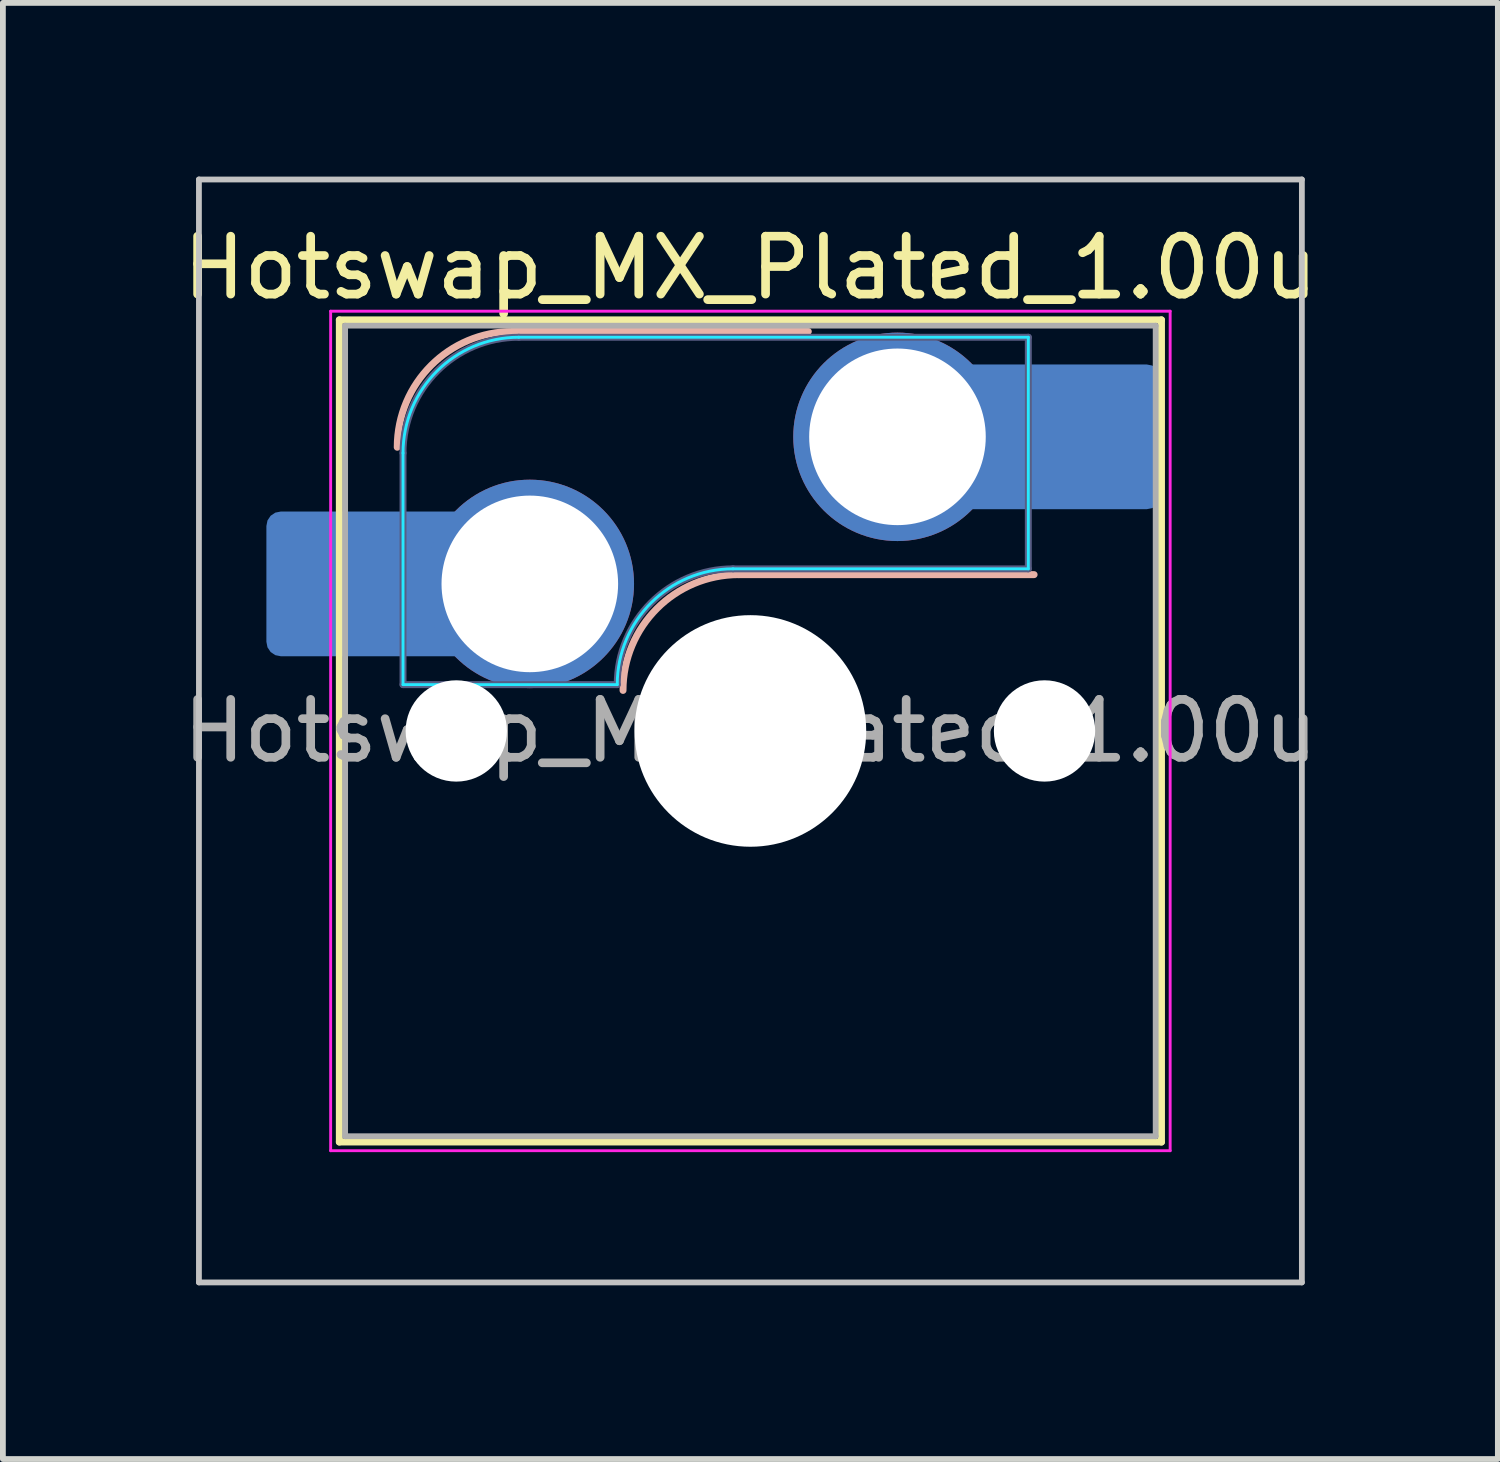
<source format=kicad_pcb>
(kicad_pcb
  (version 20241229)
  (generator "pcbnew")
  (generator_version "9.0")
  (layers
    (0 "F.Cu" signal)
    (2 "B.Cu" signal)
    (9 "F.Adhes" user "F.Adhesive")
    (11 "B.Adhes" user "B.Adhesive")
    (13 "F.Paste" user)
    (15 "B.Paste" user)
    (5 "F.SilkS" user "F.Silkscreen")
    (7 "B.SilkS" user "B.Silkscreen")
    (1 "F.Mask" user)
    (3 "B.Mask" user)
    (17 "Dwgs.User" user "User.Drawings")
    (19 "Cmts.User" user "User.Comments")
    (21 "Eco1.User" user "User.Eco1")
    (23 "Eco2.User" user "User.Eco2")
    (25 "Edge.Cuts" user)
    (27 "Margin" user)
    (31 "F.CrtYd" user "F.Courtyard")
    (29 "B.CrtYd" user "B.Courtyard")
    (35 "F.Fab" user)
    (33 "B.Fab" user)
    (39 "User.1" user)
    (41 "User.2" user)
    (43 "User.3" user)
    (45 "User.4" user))
  (footprint "Hotswap_MX_Plated_1.00u"
    (layer "F.Cu")
    (at 9.911 9.575)
    (property "Reference" "Hotswap_MX_Plated_1.00u" (at 0 -8 0) (layer "F.SilkS") (effects (font (size 1 1) (thickness 0.15))))
    (attr smd allow_soldermask_bridges)
    (fp_line (start -7.1 -7.1) (end -7.1 7.1) (stroke (width 0.12) (type solid)) (layer "F.SilkS"))
    (fp_line (start -7.1 7.1) (end 7.1 7.1) (stroke (width 0.12) (type solid)) (layer "F.SilkS"))
    (fp_line (start 7.1 -7.1) (end -7.1 -7.1) (stroke (width 0.12) (type solid)) (layer "F.SilkS"))
    (fp_line (start 7.1 7.1) (end 7.1 -7.1) (stroke (width 0.12) (type solid)) (layer "F.SilkS"))
    (fp_line (start -4.1 -6.9) (end 1 -6.9) (stroke (width 0.12) (type solid)) (layer "B.SilkS"))
    (fp_line (start -0.2 -2.7) (end 4.9 -2.7) (stroke (width 0.12) (type solid)) (layer "B.SilkS"))
    (fp_arc (start -6.1 -4.9) (mid -5.514214 -6.314214) (end -4.1 -6.9) (stroke (width 0.12) (type solid)) (layer "B.SilkS"))
    (fp_arc (start -2.2 -0.7) (mid -1.614214 -2.114214) (end -0.2 -2.7) (stroke (width 0.12) (type solid)) (layer "B.SilkS"))
    (fp_line (start -9.525 -9.525) (end -9.525 9.525) (stroke (width 0.1) (type solid)) (layer "Dwgs.User"))
    (fp_line (start -9.525 9.525) (end 9.525 9.525) (stroke (width 0.1) (type solid)) (layer "Dwgs.User"))
    (fp_line (start 9.525 -9.525) (end -9.525 -9.525) (stroke (width 0.1) (type solid)) (layer "Dwgs.User"))
    (fp_line (start 9.525 9.525) (end 9.525 -9.525) (stroke (width 0.1) (type solid)) (layer "Dwgs.User"))
    (fp_line (start -7.8 -6) (end -7 -6) (stroke (width 0.1) (type solid)) (layer "Eco1.User"))
    (fp_line (start -7.8 -2.9) (end -7.8 -6) (stroke (width 0.1) (type solid)) (layer "Eco1.User"))
    (fp_line (start -7.8 2.9) (end -7 2.9) (stroke (width 0.1) (type solid)) (layer "Eco1.User"))
    (fp_line (start -7.8 6) (end -7.8 2.9) (stroke (width 0.1) (type solid)) (layer "Eco1.User"))
    (fp_line (start -7 -7) (end 7 -7) (stroke (width 0.1) (type solid)) (layer "Eco1.User"))
    (fp_line (start -7 -6) (end -7 -7) (stroke (width 0.1) (type solid)) (layer "Eco1.User"))
    (fp_line (start -7 -2.9) (end -7.8 -2.9) (stroke (width 0.1) (type solid)) (layer "Eco1.User"))
    (fp_line (start -7 2.9) (end -7 -2.9) (stroke (width 0.1) (type solid)) (layer "Eco1.User"))
    (fp_line (start -7 6) (end -7.8 6) (stroke (width 0.1) (type solid)) (layer "Eco1.User"))
    (fp_line (start -7 7) (end -7 6) (stroke (width 0.1) (type solid)) (layer "Eco1.User"))
    (fp_line (start 7 -7) (end 7 -6) (stroke (width 0.1) (type solid)) (layer "Eco1.User"))
    (fp_line (start 7 -6) (end 7.8 -6) (stroke (width 0.1) (type solid)) (layer "Eco1.User"))
    (fp_line (start 7 -2.9) (end 7 2.9) (stroke (width 0.1) (type solid)) (layer "Eco1.User"))
    (fp_line (start 7 2.9) (end 7.8 2.9) (stroke (width 0.1) (type solid)) (layer "Eco1.User"))
    (fp_line (start 7 6) (end 7 7) (stroke (width 0.1) (type solid)) (layer "Eco1.User"))
    (fp_line (start 7 7) (end -7 7) (stroke (width 0.1) (type solid)) (layer "Eco1.User"))
    (fp_line (start 7.8 -6) (end 7.8 -2.9) (stroke (width 0.1) (type solid)) (layer "Eco1.User"))
    (fp_line (start 7.8 -2.9) (end 7 -2.9) (stroke (width 0.1) (type solid)) (layer "Eco1.User"))
    (fp_line (start 7.8 2.9) (end 7.8 6) (stroke (width 0.1) (type solid)) (layer "Eco1.User"))
    (fp_line (start 7.8 6) (end 7 6) (stroke (width 0.1) (type solid)) (layer "Eco1.User"))
    (fp_line (start -6 -0.8) (end -6 -4.8) (stroke (width 0.05) (type solid)) (layer "B.CrtYd"))
    (fp_line (start -6 -0.8) (end -2.3 -0.8) (stroke (width 0.05) (type solid)) (layer "B.CrtYd"))
    (fp_line (start -4 -6.8) (end 4.8 -6.8) (stroke (width 0.05) (type solid)) (layer "B.CrtYd"))
    (fp_line (start -0.3 -2.8) (end 4.8 -2.8) (stroke (width 0.05) (type solid)) (layer "B.CrtYd"))
    (fp_line (start 4.8 -6.8) (end 4.8 -2.8) (stroke (width 0.05) (type solid)) (layer "B.CrtYd"))
    (fp_arc (start -6 -4.8) (mid -5.414214 -6.214214) (end -4 -6.8) (stroke (width 0.05) (type solid)) (layer "B.CrtYd"))
    (fp_arc (start -2.3 -0.8) (mid -1.714214 -2.214214) (end -0.3 -2.8) (stroke (width 0.05) (type solid)) (layer "B.CrtYd"))
    (fp_line (start -7.25 -7.25) (end -7.25 7.25) (stroke (width 0.05) (type solid)) (layer "F.CrtYd"))
    (fp_line (start -7.25 7.25) (end 7.25 7.25) (stroke (width 0.05) (type solid)) (layer "F.CrtYd"))
    (fp_line (start 7.25 -7.25) (end -7.25 -7.25) (stroke (width 0.05) (type solid)) (layer "F.CrtYd"))
    (fp_line (start 7.25 7.25) (end 7.25 -7.25) (stroke (width 0.05) (type solid)) (layer "F.CrtYd"))
    (fp_line (start -6 -0.8) (end -6 -4.8) (stroke (width 0.12) (type solid)) (layer "B.Fab"))
    (fp_line (start -6 -0.8) (end -2.3 -0.8) (stroke (width 0.12) (type solid)) (layer "B.Fab"))
    (fp_line (start -4 -6.8) (end 4.8 -6.8) (stroke (width 0.12) (type solid)) (layer "B.Fab"))
    (fp_line (start -0.3 -2.8) (end 4.8 -2.8) (stroke (width 0.12) (type solid)) (layer "B.Fab"))
    (fp_line (start 4.8 -6.8) (end 4.8 -2.8) (stroke (width 0.12) (type solid)) (layer "B.Fab"))
    (fp_arc (start -6 -4.8) (mid -5.414214 -6.214214) (end -4 -6.8) (stroke (width 0.12) (type solid)) (layer "B.Fab"))
    (fp_arc (start -2.3 -0.8) (mid -1.714214 -2.214214) (end -0.3 -2.8) (stroke (width 0.12) (type solid)) (layer "B.Fab"))
    (fp_line (start -7 -7) (end -7 7) (stroke (width 0.1) (type solid)) (layer "F.Fab"))
    (fp_line (start -7 7) (end 7 7) (stroke (width 0.1) (type solid)) (layer "F.Fab"))
    (fp_line (start 7 -7) (end -7 -7) (stroke (width 0.1) (type solid)) (layer "F.Fab"))
    (fp_line (start 7 7) (end 7 -7) (stroke (width 0.1) (type solid)) (layer "F.Fab"))
    (fp_text user "${REFERENCE}" (at 0 0 0) (layer "F.Fab") (effects (font (size 1 1) (thickness 0.15))))
    (pad "" smd roundrect (at -7.085 -2.54) (size 2.55 2.5) (layers "B.Mask" "B.Paste") (roundrect_rratio 0.1))
    (pad "" np_thru_hole circle (at -5.08 0) (size 1.75 1.75) (drill 1.75) (layers "*.Cu" "*.Mask"))
    (pad "" np_thru_hole circle (at 0 0) (size 4 4) (drill 4) (layers "*.Cu" "*.Mask"))
    (pad "" np_thru_hole circle (at 5.08 0) (size 1.75 1.75) (drill 1.75) (layers "*.Cu" "*.Mask"))
    (pad "" smd roundrect (at 5.842 -5.08) (size 2.55 2.5) (layers "B.Mask" "B.Paste") (roundrect_rratio 0.1))
    (pad "1" smd roundrect (at -6.585 -2.54) (size 3.55 2.5) (layers "B.Cu") (roundrect_rratio 0.1))
    (pad "1" thru_hole circle (at -3.81 -2.54) (size 3.6 3.6) (drill 3.05) (layers "*.Cu" "*.Mask"))
    (pad "2" thru_hole circle (at 2.54 -5.08) (size 3.6 3.6) (drill 3.05) (layers "*.Cu" "*.Mask"))
    (pad "2" smd roundrect (at 5.32 -5.08) (size 3.55 2.5) (layers "B.Cu") (roundrect_rratio 0.1)))
  (gr_rect
    (start -3 -3)
    (end 22.821 22.15)
    (stroke (width 0.1) (type default))
    (fill no)
    (layer "Edge.Cuts")))
</source>
